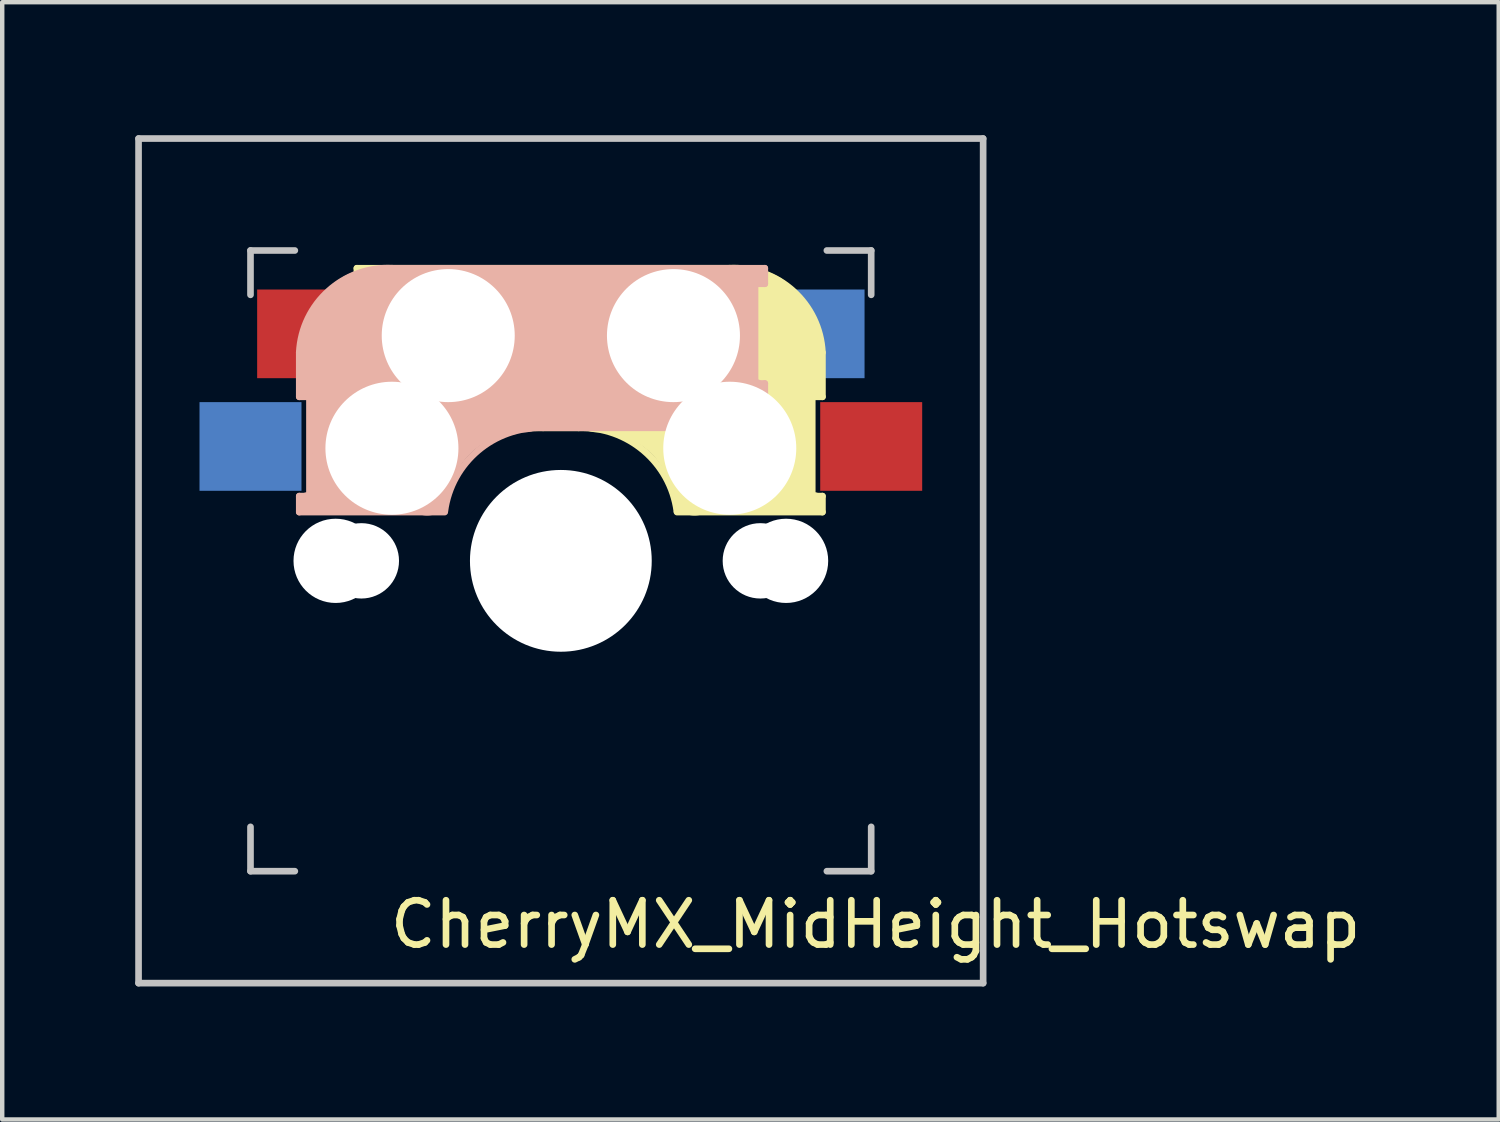
<source format=kicad_pcb>
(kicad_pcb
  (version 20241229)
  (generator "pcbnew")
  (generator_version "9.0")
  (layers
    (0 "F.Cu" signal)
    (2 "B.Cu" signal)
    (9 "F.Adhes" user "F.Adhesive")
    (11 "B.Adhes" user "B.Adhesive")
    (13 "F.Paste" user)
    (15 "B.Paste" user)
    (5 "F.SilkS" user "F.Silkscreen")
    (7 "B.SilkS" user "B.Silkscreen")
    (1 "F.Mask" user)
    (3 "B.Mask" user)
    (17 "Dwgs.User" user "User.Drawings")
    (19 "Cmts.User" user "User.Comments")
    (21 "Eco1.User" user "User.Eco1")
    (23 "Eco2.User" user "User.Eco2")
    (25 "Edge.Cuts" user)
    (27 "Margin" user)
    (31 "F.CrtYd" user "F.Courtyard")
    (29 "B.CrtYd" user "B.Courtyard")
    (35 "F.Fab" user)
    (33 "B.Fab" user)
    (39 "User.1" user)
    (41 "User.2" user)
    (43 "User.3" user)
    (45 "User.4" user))
  (footprint "CherryMX_MidHeight_Hotswap"
    (layer "F.Cu")
    (at 9.6 9.6)
    (property "Reference" "CherryMX_MidHeight_Hotswap" (at 7.1 8.2 0) (layer "F.SilkS") (effects (font (size 1 1) (thickness 0.15))))
    (attr through_hole)
    (fp_line (start -4.6 -6.6) (end 3.8 -6.6) (stroke (width 0.15) (type solid)) (layer "F.SilkS"))
    (fp_line (start -4.6 -6.25) (end -4.6 -6.6) (stroke (width 0.15) (type solid)) (layer "F.SilkS"))
    (fp_line (start -4.6 -4) (end -4.4 -4) (stroke (width 0.15) (type solid)) (layer "F.SilkS"))
    (fp_line (start -4.6 -3) (end -4.6 -4) (stroke (width 0.15) (type solid)) (layer "F.SilkS"))
    (fp_line (start -4.4 -6.4) (end -3 -6.4) (stroke (width 0.4) (type solid)) (layer "F.SilkS"))
    (fp_line (start -4.4 -6.25) (end -4.6 -6.25) (stroke (width 0.15) (type solid)) (layer "F.SilkS"))
    (fp_line (start -4.4 -3.9) (end -4.4 -3.2) (stroke (width 0.4) (type solid)) (layer "F.SilkS"))
    (fp_line (start -4.38 -4) (end -4.38 -6.25) (stroke (width 0.15) (type solid)) (layer "F.SilkS"))
    (fp_line (start -4.3 -3.3) (end -2.9 -3.3) (stroke (width 0.5) (type solid)) (layer "F.SilkS"))
    (fp_line (start -3.9 -6) (end -3.9 -3.5) (stroke (width 1) (type solid)) (layer "F.SilkS"))
    (fp_line (start -2.6 -4.8) (end 4.1 -4.8) (stroke (width 3.5) (type solid)) (layer "F.SilkS"))
    (fp_line (start 0.4 -3) (end -4.6 -3) (stroke (width 0.15) (type solid)) (layer "F.SilkS"))
    (fp_line (start 4.17 -5.1) (end 4.17 -2.86) (stroke (width 3) (type solid)) (layer "F.SilkS"))
    (fp_line (start 5.3 -1.6) (end 5.3 -3.4) (stroke (width 0.8) (type solid)) (layer "F.SilkS"))
    (fp_line (start 5.67 -3.7) (end 5.67 -1.46) (stroke (width 0.15) (type solid)) (layer "F.SilkS"))
    (fp_line (start 5.7 -1.46) (end 5.9 -1.46) (stroke (width 0.15) (type solid)) (layer "F.SilkS"))
    (fp_line (start 5.7 -1.3) (end 3 -1.3) (stroke (width 0.5) (type solid)) (layer "F.SilkS"))
    (fp_line (start 5.8 -3.8) (end 5.8 -4.7) (stroke (width 0.3) (type solid)) (layer "F.SilkS"))
    (fp_line (start 5.9 -4.7) (end 5.9 -3.7) (stroke (width 0.15) (type solid)) (layer "F.SilkS"))
    (fp_line (start 5.9 -3.7) (end 5.7 -3.7) (stroke (width 0.15) (type solid)) (layer "F.SilkS"))
    (fp_line (start 5.9 -1.1) (end 2.62 -1.1) (stroke (width 0.15) (type solid)) (layer "F.SilkS"))
    (fp_line (start 5.9 -1.1) (end 5.9 -1.46) (stroke (width 0.15) (type solid)) (layer "F.SilkS"))
    (fp_arc (start 0.4 -3) (mid 1.868709 -2.486118) (end 2.616318 -1.121471) (stroke (width 0.15) (type solid)) (layer "F.SilkS"))
    (fp_arc (start 0.8 -3.4) (mid 2.268709 -2.886118) (end 3.016318 -1.521471) (stroke (width 1) (type solid)) (layer "F.SilkS"))
    (fp_arc (start 3.8 -6.600001) (mid 5.243504 -6.084925) (end 5.900001 -4.7) (stroke (width 0.15) (type solid)) (layer "F.SilkS"))
    (fp_line (start -5.9 -4.7) (end -5.9 -3.7) (stroke (width 0.15) (type solid)) (layer "B.SilkS"))
    (fp_line (start -5.9 -3.7) (end -5.7 -3.7) (stroke (width 0.15) (type solid)) (layer "B.SilkS"))
    (fp_line (start -5.9 -1.1) (end -5.9 -1.46) (stroke (width 0.15) (type solid)) (layer "B.SilkS"))
    (fp_line (start -5.9 -1.1) (end -2.62 -1.1) (stroke (width 0.15) (type solid)) (layer "B.SilkS"))
    (fp_line (start -5.8 -3.8) (end -5.8 -4.7) (stroke (width 0.3) (type solid)) (layer "B.SilkS"))
    (fp_line (start -5.7 -1.46) (end -5.9 -1.46) (stroke (width 0.15) (type solid)) (layer "B.SilkS"))
    (fp_line (start -5.7 -1.3) (end -3 -1.3) (stroke (width 0.5) (type solid)) (layer "B.SilkS"))
    (fp_line (start -5.67 -3.7) (end -5.67 -1.46) (stroke (width 0.15) (type solid)) (layer "B.SilkS"))
    (fp_line (start -5.3 -1.6) (end -5.3 -3.4) (stroke (width 0.8) (type solid)) (layer "B.SilkS"))
    (fp_line (start -4.17 -5.1) (end -4.17 -2.86) (stroke (width 3) (type solid)) (layer "B.SilkS"))
    (fp_line (start -0.4 -3) (end 4.6 -3) (stroke (width 0.15) (type solid)) (layer "B.SilkS"))
    (fp_line (start 2.6 -4.8) (end -4.1 -4.8) (stroke (width 3.5) (type solid)) (layer "B.SilkS"))
    (fp_line (start 3.9 -6) (end 3.9 -3.5) (stroke (width 1) (type solid)) (layer "B.SilkS"))
    (fp_line (start 4.3 -3.3) (end 2.9 -3.3) (stroke (width 0.5) (type solid)) (layer "B.SilkS"))
    (fp_line (start 4.38 -4) (end 4.38 -6.25) (stroke (width 0.15) (type solid)) (layer "B.SilkS"))
    (fp_line (start 4.4 -6.4) (end 3 -6.4) (stroke (width 0.4) (type solid)) (layer "B.SilkS"))
    (fp_line (start 4.4 -6.25) (end 4.6 -6.25) (stroke (width 0.15) (type solid)) (layer "B.SilkS"))
    (fp_line (start 4.4 -3.9) (end 4.4 -3.2) (stroke (width 0.4) (type solid)) (layer "B.SilkS"))
    (fp_line (start 4.6 -6.6) (end -3.8 -6.6) (stroke (width 0.15) (type solid)) (layer "B.SilkS"))
    (fp_line (start 4.6 -6.25) (end 4.6 -6.6) (stroke (width 0.15) (type solid)) (layer "B.SilkS"))
    (fp_line (start 4.6 -4) (end 4.4 -4) (stroke (width 0.15) (type solid)) (layer "B.SilkS"))
    (fp_line (start 4.6 -3) (end 4.6 -4) (stroke (width 0.15) (type solid)) (layer "B.SilkS"))
    (fp_arc (start -5.9 -4.699999) (mid -5.243504 -6.084924) (end -3.800001 -6.6) (stroke (width 0.15) (type solid)) (layer "B.SilkS"))
    (fp_arc (start -3.016318 -1.521471) (mid -2.268709 -2.886118) (end -0.8 -3.4) (stroke (width 1) (type solid)) (layer "B.SilkS"))
    (fp_arc (start -2.616318 -1.121471) (mid -1.868709 -2.486118) (end -0.4 -3) (stroke (width 0.15) (type solid)) (layer "B.SilkS"))
    (fp_line (start -9.525 -9.525) (end 9.525 -9.525) (stroke (width 0.15) (type solid)) (layer "Dwgs.User"))
    (fp_line (start -9.525 9.525) (end -9.525 -9.525) (stroke (width 0.15) (type solid)) (layer "Dwgs.User"))
    (fp_line (start -7 -7) (end -6 -7) (stroke (width 0.15) (type solid)) (layer "Dwgs.User"))
    (fp_line (start -7 -6) (end -7 -7) (stroke (width 0.15) (type solid)) (layer "Dwgs.User"))
    (fp_line (start -7 6) (end -7 7) (stroke (width 0.15) (type solid)) (layer "Dwgs.User"))
    (fp_line (start -7 7) (end -6 7) (stroke (width 0.15) (type solid)) (layer "Dwgs.User"))
    (fp_line (start 6 7) (end 7 7) (stroke (width 0.15) (type solid)) (layer "Dwgs.User"))
    (fp_line (start 7 -7) (end 6 -7) (stroke (width 0.15) (type solid)) (layer "Dwgs.User"))
    (fp_line (start 7 -7) (end 7 -6) (stroke (width 0.15) (type solid)) (layer "Dwgs.User"))
    (fp_line (start 7 7) (end 7 6) (stroke (width 0.15) (type solid)) (layer "Dwgs.User"))
    (fp_line (start 9.525 -9.525) (end 9.525 9.525) (stroke (width 0.15) (type solid)) (layer "Dwgs.User"))
    (fp_line (start 9.525 9.525) (end -9.525 9.525) (stroke (width 0.15) (type solid)) (layer "Dwgs.User"))
    (fp_poly (pts (xy 7 7) (xy -7 7) (xy -7 -7) (xy 7 -7)) (stroke (width 0.1) (type solid)) (fill no) (layer "User.2"))
    (fp_poly (pts (xy 3 -7) (xy 3 7) (xy 2.5 8) (xy -2.5 8) (xy -3 7) (xy -3 -7) (xy -2.5 -8) (xy 2.5 -8)) (stroke (width 0.12) (type solid)) (fill no) (layer "User.3"))
    (pad "" np_thru_hole circle (at -5.08 0) (size 1.9 1.9) (drill 1.9) (layers "*.Cu" "*.Mask"))
    (pad "" np_thru_hole circle (at -4.5 0) (size 1.7 1.7) (drill 1.7) (layers "*.Cu" "*.Mask"))
    (pad "" np_thru_hole circle (at -3.81 -2.54 180) (size 3 3) (drill 3) (layers "*.Cu" "*.Mask"))
    (pad "" np_thru_hole circle (at -2.54 -5.08 180) (size 3 3) (drill 3) (layers "*.Cu" "*.Mask"))
    (pad "" np_thru_hole circle (at 0 0 90) (size 4.1 4.1) (drill 4.1) (layers "*.Cu" "*.Mask"))
    (pad "" np_thru_hole circle (at 2.54 -5.08 180) (size 3 3) (drill 3) (layers "*.Cu" "*.Mask"))
    (pad "" np_thru_hole circle (at 3.81 -2.54 180) (size 3 3) (drill 3) (layers "*.Cu" "*.Mask"))
    (pad "" np_thru_hole circle (at 4.5 0) (size 1.7 1.7) (drill 1.7) (layers "*.Cu" "*.Mask"))
    (pad "" np_thru_hole circle (at 5.08 0) (size 1.9 1.9) (drill 1.9) (layers "*.Cu" "*.Mask"))
    (pad "1" smd rect (at -7 -2.58 180) (size 2.3 2) (layers "B.Cu" "B.Mask" "B.Paste"))
    (pad "1" smd rect (at 7 -2.58 180) (size 2.3 2) (layers "F.Cu" "F.Mask" "F.Paste"))
    (pad "2" smd rect (at -5.7 -5.12 180) (size 2.3 2) (layers "F.Cu" "F.Mask" "F.Paste"))
    (pad "2" smd rect (at 5.7 -5.12 180) (size 2.3 2) (layers "B.Cu" "B.Mask" "B.Paste")))
  (gr_rect
    (start -3 -3)
    (end 30.754 22.2)
    (stroke (width 0.1) (type default))
    (fill no)
    (layer "Edge.Cuts")))
</source>
